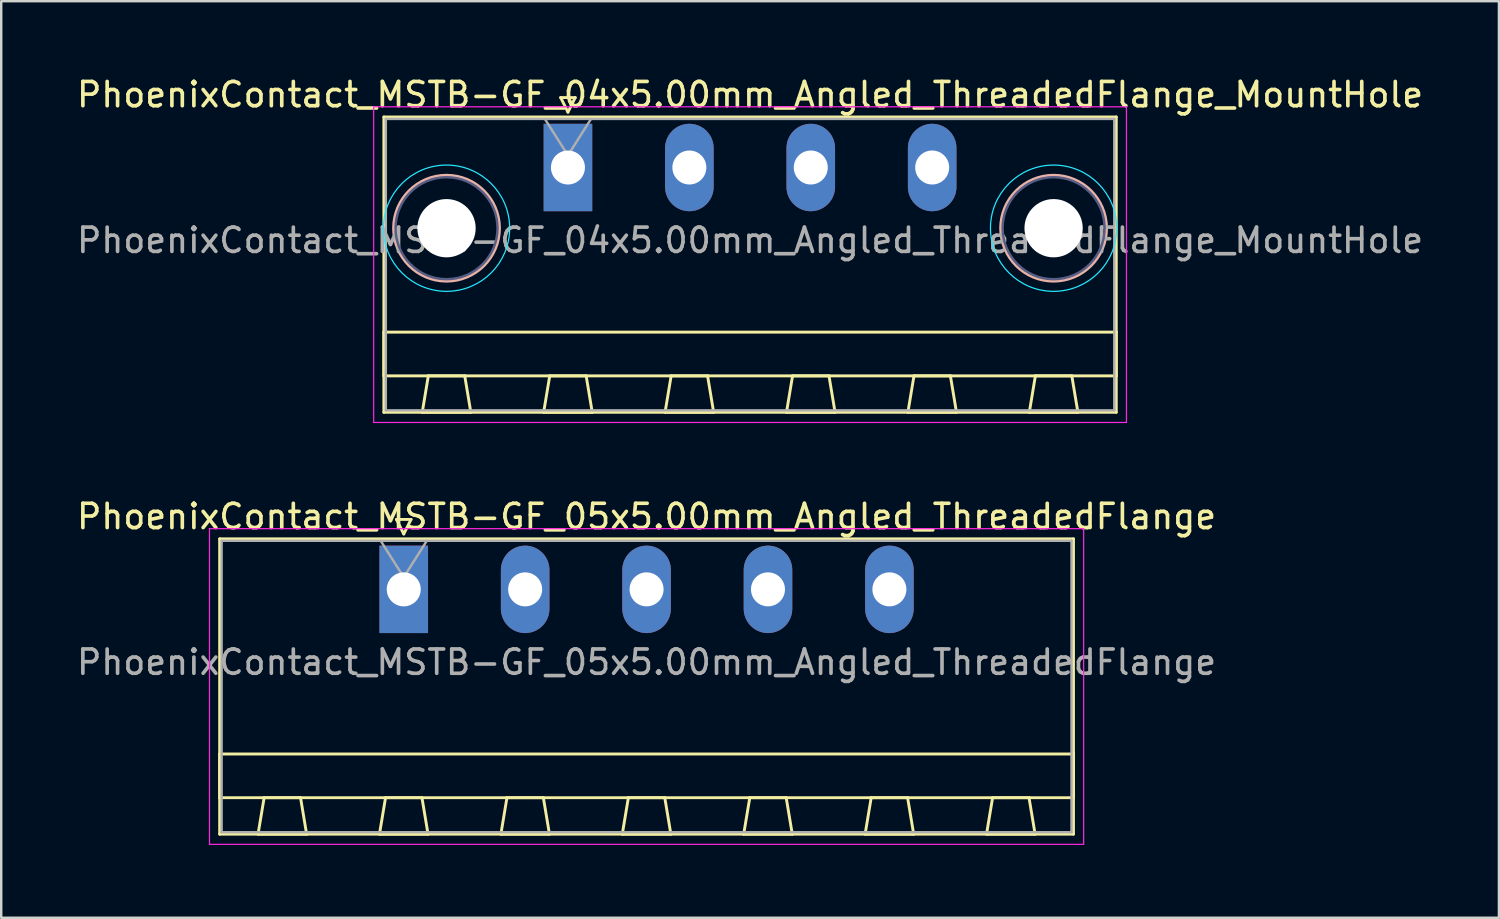
<source format=kicad_pcb>
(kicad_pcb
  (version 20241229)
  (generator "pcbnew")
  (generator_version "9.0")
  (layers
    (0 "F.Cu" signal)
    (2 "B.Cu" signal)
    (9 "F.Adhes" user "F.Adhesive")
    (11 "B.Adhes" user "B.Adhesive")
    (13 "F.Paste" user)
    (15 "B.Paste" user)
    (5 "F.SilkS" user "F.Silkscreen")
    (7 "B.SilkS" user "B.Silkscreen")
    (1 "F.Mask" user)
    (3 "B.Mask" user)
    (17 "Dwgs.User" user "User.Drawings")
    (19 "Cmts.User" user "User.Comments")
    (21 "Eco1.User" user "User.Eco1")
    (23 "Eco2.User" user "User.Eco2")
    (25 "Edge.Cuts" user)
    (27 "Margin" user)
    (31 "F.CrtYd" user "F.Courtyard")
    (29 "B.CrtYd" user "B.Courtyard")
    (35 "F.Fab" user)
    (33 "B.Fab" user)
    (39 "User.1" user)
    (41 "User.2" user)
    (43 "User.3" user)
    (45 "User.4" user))
  (footprint "PhoenixContact_MSTB-GF_05x5.00mm_Angled_ThreadedFlange"
    (layer "F.Cu")
    (at 13.577 21.221)
    (property "Reference" "PhoenixContact_MSTB-GF_05x5.00mm_Angled_ThreadedFlange" (at 10 -3 0) (layer "F.SilkS") (effects (font (size 1 1) (thickness 0.15))))
    (attr through_hole)
    (fp_line (start -7.58 -2.08) (end -7.58 10.08) (stroke (width 0.12) (type solid)) (layer "F.SilkS"))
    (fp_line (start -7.58 6.78) (end 27.58 6.78) (stroke (width 0.12) (type solid)) (layer "F.SilkS"))
    (fp_line (start -7.58 8.58) (end -7.58 6.78) (stroke (width 0.12) (type solid)) (layer "F.SilkS"))
    (fp_line (start -7.58 10.08) (end 27.58 10.08) (stroke (width 0.12) (type solid)) (layer "F.SilkS"))
    (fp_line (start -6 10.08) (end -4 10.08) (stroke (width 0.12) (type solid)) (layer "F.SilkS"))
    (fp_line (start -5.75 8.58) (end -6 10.08) (stroke (width 0.12) (type solid)) (layer "F.SilkS"))
    (fp_line (start -4.25 8.58) (end -5.75 8.58) (stroke (width 0.12) (type solid)) (layer "F.SilkS"))
    (fp_line (start -4 10.08) (end -4.25 8.58) (stroke (width 0.12) (type solid)) (layer "F.SilkS"))
    (fp_line (start -1 10.08) (end 1 10.08) (stroke (width 0.12) (type solid)) (layer "F.SilkS"))
    (fp_line (start -0.75 8.58) (end -1 10.08) (stroke (width 0.12) (type solid)) (layer "F.SilkS"))
    (fp_line (start -0.3 -2.88) (end 0.3 -2.88) (stroke (width 0.12) (type solid)) (layer "F.SilkS"))
    (fp_line (start 0 -2.28) (end -0.3 -2.88) (stroke (width 0.12) (type solid)) (layer "F.SilkS"))
    (fp_line (start 0.3 -2.88) (end 0 -2.28) (stroke (width 0.12) (type solid)) (layer "F.SilkS"))
    (fp_line (start 0.75 8.58) (end -0.75 8.58) (stroke (width 0.12) (type solid)) (layer "F.SilkS"))
    (fp_line (start 1 10.08) (end 0.75 8.58) (stroke (width 0.12) (type solid)) (layer "F.SilkS"))
    (fp_line (start 4 10.08) (end 6 10.08) (stroke (width 0.12) (type solid)) (layer "F.SilkS"))
    (fp_line (start 4.25 8.58) (end 4 10.08) (stroke (width 0.12) (type solid)) (layer "F.SilkS"))
    (fp_line (start 5.75 8.58) (end 4.25 8.58) (stroke (width 0.12) (type solid)) (layer "F.SilkS"))
    (fp_line (start 6 10.08) (end 5.75 8.58) (stroke (width 0.12) (type solid)) (layer "F.SilkS"))
    (fp_line (start 9 10.08) (end 11 10.08) (stroke (width 0.12) (type solid)) (layer "F.SilkS"))
    (fp_line (start 9.25 8.58) (end 9 10.08) (stroke (width 0.12) (type solid)) (layer "F.SilkS"))
    (fp_line (start 10.75 8.58) (end 9.25 8.58) (stroke (width 0.12) (type solid)) (layer "F.SilkS"))
    (fp_line (start 11 10.08) (end 10.75 8.58) (stroke (width 0.12) (type solid)) (layer "F.SilkS"))
    (fp_line (start 14 10.08) (end 16 10.08) (stroke (width 0.12) (type solid)) (layer "F.SilkS"))
    (fp_line (start 14.25 8.58) (end 14 10.08) (stroke (width 0.12) (type solid)) (layer "F.SilkS"))
    (fp_line (start 15.75 8.58) (end 14.25 8.58) (stroke (width 0.12) (type solid)) (layer "F.SilkS"))
    (fp_line (start 16 10.08) (end 15.75 8.58) (stroke (width 0.12) (type solid)) (layer "F.SilkS"))
    (fp_line (start 19 10.08) (end 21 10.08) (stroke (width 0.12) (type solid)) (layer "F.SilkS"))
    (fp_line (start 19.25 8.58) (end 19 10.08) (stroke (width 0.12) (type solid)) (layer "F.SilkS"))
    (fp_line (start 20.75 8.58) (end 19.25 8.58) (stroke (width 0.12) (type solid)) (layer "F.SilkS"))
    (fp_line (start 21 10.08) (end 20.75 8.58) (stroke (width 0.12) (type solid)) (layer "F.SilkS"))
    (fp_line (start 24 10.08) (end 26 10.08) (stroke (width 0.12) (type solid)) (layer "F.SilkS"))
    (fp_line (start 24.25 8.58) (end 24 10.08) (stroke (width 0.12) (type solid)) (layer "F.SilkS"))
    (fp_line (start 25.75 8.58) (end 24.25 8.58) (stroke (width 0.12) (type solid)) (layer "F.SilkS"))
    (fp_line (start 26 10.08) (end 25.75 8.58) (stroke (width 0.12) (type solid)) (layer "F.SilkS"))
    (fp_line (start 27.58 -2.08) (end -7.58 -2.08) (stroke (width 0.12) (type solid)) (layer "F.SilkS"))
    (fp_line (start 27.58 6.78) (end 27.58 8.58) (stroke (width 0.12) (type solid)) (layer "F.SilkS"))
    (fp_line (start 27.58 8.58) (end -7.58 8.58) (stroke (width 0.12) (type solid)) (layer "F.SilkS"))
    (fp_line (start 27.58 10.08) (end 27.58 -2.08) (stroke (width 0.12) (type solid)) (layer "F.SilkS"))
    (fp_line (start -8 -2.5) (end -8 10.5) (stroke (width 0.05) (type solid)) (layer "F.CrtYd"))
    (fp_line (start -8 10.5) (end 28 10.5) (stroke (width 0.05) (type solid)) (layer "F.CrtYd"))
    (fp_line (start 28 -2.5) (end -8 -2.5) (stroke (width 0.05) (type solid)) (layer "F.CrtYd"))
    (fp_line (start 28 10.5) (end 28 -2.5) (stroke (width 0.05) (type solid)) (layer "F.CrtYd"))
    (fp_line (start -7.5 -2) (end -7.5 10) (stroke (width 0.1) (type solid)) (layer "F.Fab"))
    (fp_line (start -7.5 10) (end 27.5 10) (stroke (width 0.1) (type solid)) (layer "F.Fab"))
    (fp_line (start 0 -0.5) (end -0.95 -2) (stroke (width 0.1) (type solid)) (layer "F.Fab"))
    (fp_line (start 0.95 -2) (end 0 -0.5) (stroke (width 0.1) (type solid)) (layer "F.Fab"))
    (fp_line (start 27.5 -2) (end -7.5 -2) (stroke (width 0.1) (type solid)) (layer "F.Fab"))
    (fp_line (start 27.5 10) (end 27.5 -2) (stroke (width 0.1) (type solid)) (layer "F.Fab"))
    (fp_text user "${REFERENCE}" (at 10 3 0) (layer "F.Fab") (effects (font (size 1 1) (thickness 0.15))))
    (pad "1" thru_hole rect (at 0 0) (size 2 3.6) (drill 1.4) (layers "*.Cu" "*.Mask"))
    (pad "2" thru_hole oval (at 5 0) (size 2 3.6) (drill 1.4) (layers "*.Cu" "*.Mask"))
    (pad "3" thru_hole oval (at 10 0) (size 2 3.6) (drill 1.4) (layers "*.Cu" "*.Mask"))
    (pad "4" thru_hole oval (at 15 0) (size 2 3.6) (drill 1.4) (layers "*.Cu" "*.Mask"))
    (pad "5" thru_hole oval (at 20 0) (size 2 3.6) (drill 1.4) (layers "*.Cu" "*.Mask")))
  (footprint "PhoenixContact_MSTB-GF_04x5.00mm_Angled_ThreadedFlange_MountHole"
    (layer "F.Cu")
    (at 20.339 3.848)
    (property "Reference" "PhoenixContact_MSTB-GF_04x5.00mm_Angled_ThreadedFlange_MountHole" (at 7.5 -3 0) (layer "F.SilkS") (effects (font (size 1 1) (thickness 0.15))))
    (attr through_hole)
    (fp_line (start -7.58 -2.08) (end -7.58 10.08) (stroke (width 0.12) (type solid)) (layer "F.SilkS"))
    (fp_line (start -7.58 6.78) (end 22.58 6.78) (stroke (width 0.12) (type solid)) (layer "F.SilkS"))
    (fp_line (start -7.58 8.58) (end -7.58 6.78) (stroke (width 0.12) (type solid)) (layer "F.SilkS"))
    (fp_line (start -7.58 10.08) (end 22.58 10.08) (stroke (width 0.12) (type solid)) (layer "F.SilkS"))
    (fp_line (start -6 10.08) (end -4 10.08) (stroke (width 0.12) (type solid)) (layer "F.SilkS"))
    (fp_line (start -5.75 8.58) (end -6 10.08) (stroke (width 0.12) (type solid)) (layer "F.SilkS"))
    (fp_line (start -4.25 8.58) (end -5.75 8.58) (stroke (width 0.12) (type solid)) (layer "F.SilkS"))
    (fp_line (start -4 10.08) (end -4.25 8.58) (stroke (width 0.12) (type solid)) (layer "F.SilkS"))
    (fp_line (start -1 10.08) (end 1 10.08) (stroke (width 0.12) (type solid)) (layer "F.SilkS"))
    (fp_line (start -0.75 8.58) (end -1 10.08) (stroke (width 0.12) (type solid)) (layer "F.SilkS"))
    (fp_line (start -0.3 -2.88) (end 0.3 -2.88) (stroke (width 0.12) (type solid)) (layer "F.SilkS"))
    (fp_line (start 0 -2.28) (end -0.3 -2.88) (stroke (width 0.12) (type solid)) (layer "F.SilkS"))
    (fp_line (start 0.3 -2.88) (end 0 -2.28) (stroke (width 0.12) (type solid)) (layer "F.SilkS"))
    (fp_line (start 0.75 8.58) (end -0.75 8.58) (stroke (width 0.12) (type solid)) (layer "F.SilkS"))
    (fp_line (start 1 10.08) (end 0.75 8.58) (stroke (width 0.12) (type solid)) (layer "F.SilkS"))
    (fp_line (start 4 10.08) (end 6 10.08) (stroke (width 0.12) (type solid)) (layer "F.SilkS"))
    (fp_line (start 4.25 8.58) (end 4 10.08) (stroke (width 0.12) (type solid)) (layer "F.SilkS"))
    (fp_line (start 5.75 8.58) (end 4.25 8.58) (stroke (width 0.12) (type solid)) (layer "F.SilkS"))
    (fp_line (start 6 10.08) (end 5.75 8.58) (stroke (width 0.12) (type solid)) (layer "F.SilkS"))
    (fp_line (start 9 10.08) (end 11 10.08) (stroke (width 0.12) (type solid)) (layer "F.SilkS"))
    (fp_line (start 9.25 8.58) (end 9 10.08) (stroke (width 0.12) (type solid)) (layer "F.SilkS"))
    (fp_line (start 10.75 8.58) (end 9.25 8.58) (stroke (width 0.12) (type solid)) (layer "F.SilkS"))
    (fp_line (start 11 10.08) (end 10.75 8.58) (stroke (width 0.12) (type solid)) (layer "F.SilkS"))
    (fp_line (start 14 10.08) (end 16 10.08) (stroke (width 0.12) (type solid)) (layer "F.SilkS"))
    (fp_line (start 14.25 8.58) (end 14 10.08) (stroke (width 0.12) (type solid)) (layer "F.SilkS"))
    (fp_line (start 15.75 8.58) (end 14.25 8.58) (stroke (width 0.12) (type solid)) (layer "F.SilkS"))
    (fp_line (start 16 10.08) (end 15.75 8.58) (stroke (width 0.12) (type solid)) (layer "F.SilkS"))
    (fp_line (start 19 10.08) (end 21 10.08) (stroke (width 0.12) (type solid)) (layer "F.SilkS"))
    (fp_line (start 19.25 8.58) (end 19 10.08) (stroke (width 0.12) (type solid)) (layer "F.SilkS"))
    (fp_line (start 20.75 8.58) (end 19.25 8.58) (stroke (width 0.12) (type solid)) (layer "F.SilkS"))
    (fp_line (start 21 10.08) (end 20.75 8.58) (stroke (width 0.12) (type solid)) (layer "F.SilkS"))
    (fp_line (start 22.58 -2.08) (end -7.58 -2.08) (stroke (width 0.12) (type solid)) (layer "F.SilkS"))
    (fp_line (start 22.58 6.78) (end 22.58 8.58) (stroke (width 0.12) (type solid)) (layer "F.SilkS"))
    (fp_line (start 22.58 8.58) (end -7.58 8.58) (stroke (width 0.12) (type solid)) (layer "F.SilkS"))
    (fp_line (start 22.58 10.08) (end 22.58 -2.08) (stroke (width 0.12) (type solid)) (layer "F.SilkS"))
    (fp_circle (center -5 2.5) (end -2.82 2.5) (stroke (width 0.12) (type solid)) (fill no) (layer "B.SilkS"))
    (fp_circle (center 20 2.5) (end 22.18 2.5) (stroke (width 0.12) (type solid)) (fill no) (layer "B.SilkS"))
    (fp_circle (center -5 2.5) (end -2.4 2.5) (stroke (width 0.05) (type solid)) (fill no) (layer "B.CrtYd"))
    (fp_circle (center 20 2.5) (end 22.6 2.5) (stroke (width 0.05) (type solid)) (fill no) (layer "B.CrtYd"))
    (fp_line (start -8 -2.5) (end -8 10.5) (stroke (width 0.05) (type solid)) (layer "F.CrtYd"))
    (fp_line (start -8 10.5) (end 23 10.5) (stroke (width 0.05) (type solid)) (layer "F.CrtYd"))
    (fp_line (start 23 -2.5) (end -8 -2.5) (stroke (width 0.05) (type solid)) (layer "F.CrtYd"))
    (fp_line (start 23 10.5) (end 23 -2.5) (stroke (width 0.05) (type solid)) (layer "F.CrtYd"))
    (fp_circle (center -5 2.5) (end -2.9 2.5) (stroke (width 0.1) (type solid)) (fill no) (layer "B.Fab"))
    (fp_circle (center 20 2.5) (end 22.1 2.5) (stroke (width 0.1) (type solid)) (fill no) (layer "B.Fab"))
    (fp_line (start -7.5 -2) (end -7.5 10) (stroke (width 0.1) (type solid)) (layer "F.Fab"))
    (fp_line (start -7.5 10) (end 22.5 10) (stroke (width 0.1) (type solid)) (layer "F.Fab"))
    (fp_line (start 0 -0.5) (end -0.95 -2) (stroke (width 0.1) (type solid)) (layer "F.Fab"))
    (fp_line (start 0.95 -2) (end 0 -0.5) (stroke (width 0.1) (type solid)) (layer "F.Fab"))
    (fp_line (start 22.5 -2) (end -7.5 -2) (stroke (width 0.1) (type solid)) (layer "F.Fab"))
    (fp_line (start 22.5 10) (end 22.5 -2) (stroke (width 0.1) (type solid)) (layer "F.Fab"))
    (fp_text user "${REFERENCE}" (at 7.5 3 0) (layer "F.Fab") (effects (font (size 1 1) (thickness 0.15))))
    (pad "" np_thru_hole circle (at -5 2.5) (size 2.4 2.4) (drill 2.4) (layers "*.Cu" "*.Mask"))
    (pad "" np_thru_hole circle (at 20 2.5) (size 2.4 2.4) (drill 2.4) (layers "*.Cu" "*.Mask"))
    (pad "1" thru_hole rect (at 0 0) (size 2 3.6) (drill 1.4) (layers "*.Cu" "*.Mask"))
    (pad "2" thru_hole oval (at 5 0) (size 2 3.6) (drill 1.4) (layers "*.Cu" "*.Mask"))
    (pad "3" thru_hole oval (at 10 0) (size 2 3.6) (drill 1.4) (layers "*.Cu" "*.Mask"))
    (pad "4" thru_hole oval (at 15 0) (size 2 3.6) (drill 1.4) (layers "*.Cu" "*.Mask")))
  (gr_rect
    (start -3 -3)
    (end 58.679 34.746)
    (stroke (width 0.1) (type default))
    (fill no)
    (layer "Edge.Cuts")))
</source>
